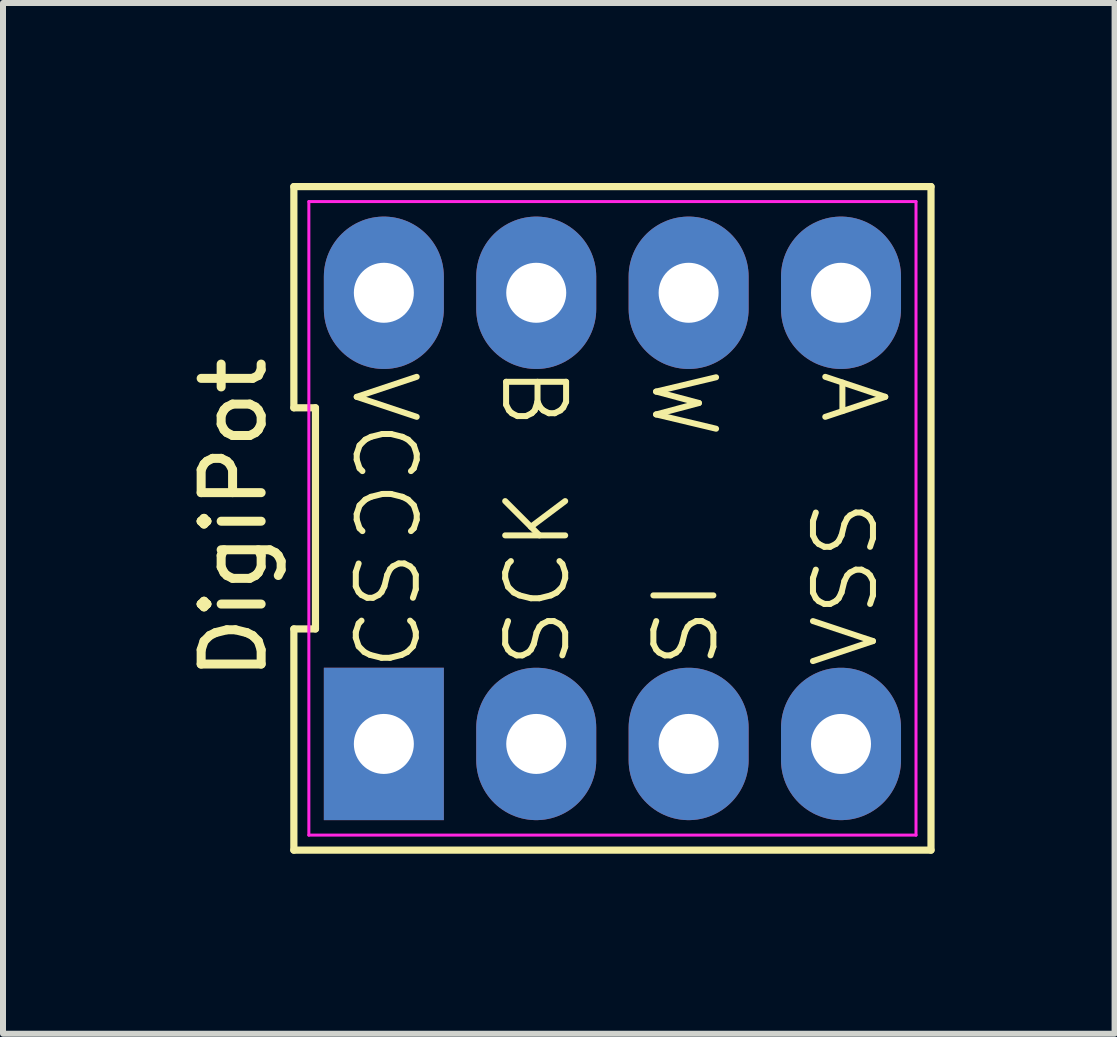
<source format=kicad_pcb>
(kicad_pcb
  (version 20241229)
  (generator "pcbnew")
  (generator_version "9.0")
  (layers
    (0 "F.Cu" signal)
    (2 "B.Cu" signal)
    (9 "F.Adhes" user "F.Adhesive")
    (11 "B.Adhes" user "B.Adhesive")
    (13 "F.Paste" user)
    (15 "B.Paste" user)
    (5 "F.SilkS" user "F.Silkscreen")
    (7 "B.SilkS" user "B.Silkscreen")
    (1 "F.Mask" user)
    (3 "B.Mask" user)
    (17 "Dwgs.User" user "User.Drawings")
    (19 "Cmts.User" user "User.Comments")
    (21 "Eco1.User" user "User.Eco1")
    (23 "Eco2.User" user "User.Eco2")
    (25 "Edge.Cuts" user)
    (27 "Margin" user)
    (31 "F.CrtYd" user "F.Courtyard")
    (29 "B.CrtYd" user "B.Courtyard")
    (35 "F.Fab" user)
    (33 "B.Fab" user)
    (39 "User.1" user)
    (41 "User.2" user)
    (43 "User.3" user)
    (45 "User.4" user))
  (footprint "DigiPot"
    (layer "F.Cu")
    (at 7.158 5.59)
    (property "Reference" "DigiPot" (at -6.31 0 90) (unlocked yes) (layer "F.SilkS") (effects (font (size 1 1) (thickness 0.15))))
    (attr through_hole)
    (fp_line (start -5.31 -5.53) (end -5.31 -1.843) (stroke (width 0.12) (type default)) (layer "F.SilkS"))
    (fp_line (start -5.31 -1.843) (end -4.95 -1.843) (stroke (width 0.12) (type default)) (layer "F.SilkS"))
    (fp_line (start -5.31 1.843) (end -5.31 5.53) (stroke (width 0.12) (type default)) (layer "F.SilkS"))
    (fp_line (start -5.31 5.53) (end 5.31 5.53) (stroke (width 0.12) (type default)) (layer "F.SilkS"))
    (fp_line (start -4.95 -1.843) (end -4.95 1.843) (stroke (width 0.12) (type default)) (layer "F.SilkS"))
    (fp_line (start -4.95 1.843) (end -5.31 1.843) (stroke (width 0.12) (type default)) (layer "F.SilkS"))
    (fp_line (start 5.31 -5.53) (end -5.31 -5.53) (stroke (width 0.12) (type default)) (layer "F.SilkS"))
    (fp_line (start 5.31 5.53) (end 5.31 -5.53) (stroke (width 0.12) (type default)) (layer "F.SilkS"))
    (fp_line (start -5.06 -5.28) (end 5.06 -5.28) (stroke (width 0.05) (type default)) (layer "F.CrtYd"))
    (fp_line (start -5.06 5.28) (end -5.06 -5.28) (stroke (width 0.05) (type default)) (layer "F.CrtYd"))
    (fp_line (start 5.06 -5.28) (end 5.06 5.28) (stroke (width 0.05) (type default)) (layer "F.CrtYd"))
    (fp_line (start 5.06 5.28) (end -5.06 5.28) (stroke (width 0.05) (type default)) (layer "F.CrtYd"))
    (fp_text user "SCK" (at -0.66 2.54 90) (unlocked yes) (layer "F.SilkS") (effects (font (size 1 1) (thickness 0.1)) (justify left bottom)))
    (fp_text user "W" (at 0.6 -2.56 270) (unlocked yes) (layer "F.SilkS") (effects (font (size 1 1) (thickness 0.1)) (justify left bottom)))
    (fp_text user "CS" (at -3.15 2.58 90) (unlocked yes) (layer "F.SilkS") (effects (font (size 1 1) (thickness 0.1)) (justify left bottom)))
    (fp_text user "B" (at -1.9 -2.58 270) (unlocked yes) (layer "F.SilkS") (effects (font (size 1 1) (thickness 0.1)) (justify left bottom)))
    (fp_text user "A" (at 3.42 -2.52 270) (unlocked yes) (layer "F.SilkS") (effects (font (size 1 1) (thickness 0.1)) (justify left bottom)))
    (fp_text user "VCC" (at -4.39 -2.52 270) (unlocked yes) (layer "F.SilkS") (effects (font (size 1 1) (thickness 0.1)) (justify left bottom)))
    (fp_text user "VSS" (at 4.47 2.54 90) (unlocked yes) (layer "F.SilkS") (effects (font (size 1 1) (thickness 0.1)) (justify left bottom)))
    (fp_text user "SI" (at 1.81 2.54 90) (unlocked yes) (layer "F.SilkS") (effects (font (size 1 1) (thickness 0.1)) (justify left bottom)))
    (pad "1" thru_hole rect (at -3.81 3.76) (size 2 2.54) (drill 1) (layers "*.Cu" "*.Mask"))
    (pad "2" thru_hole oval (at -1.27 3.76) (size 2 2.54) (drill 1) (layers "*.Cu" "*.Mask"))
    (pad "3" thru_hole oval (at 1.27 3.76) (size 2 2.54) (drill 1) (layers "*.Cu" "*.Mask"))
    (pad "4" thru_hole oval (at 3.81 3.76) (size 2 2.54) (drill 1) (layers "*.Cu" "*.Mask"))
    (pad "5" thru_hole oval (at 3.81 -3.76) (size 2 2.54) (drill 1) (layers "*.Cu" "*.Mask"))
    (pad "6" thru_hole oval (at 1.27 -3.76) (size 2 2.54) (drill 1) (layers "*.Cu" "*.Mask"))
    (pad "7" thru_hole oval (at -1.27 -3.76) (size 2 2.54) (drill 1) (layers "*.Cu" "*.Mask"))
    (pad "8" thru_hole oval (at -3.81 -3.76) (size 2 2.54) (drill 1) (layers "*.Cu" "*.Mask")))
  (gr_rect
    (start -3 -3)
    (end 15.528 14.18)
    (stroke (width 0.1) (type default))
    (fill no)
    (layer "Edge.Cuts")))
</source>
